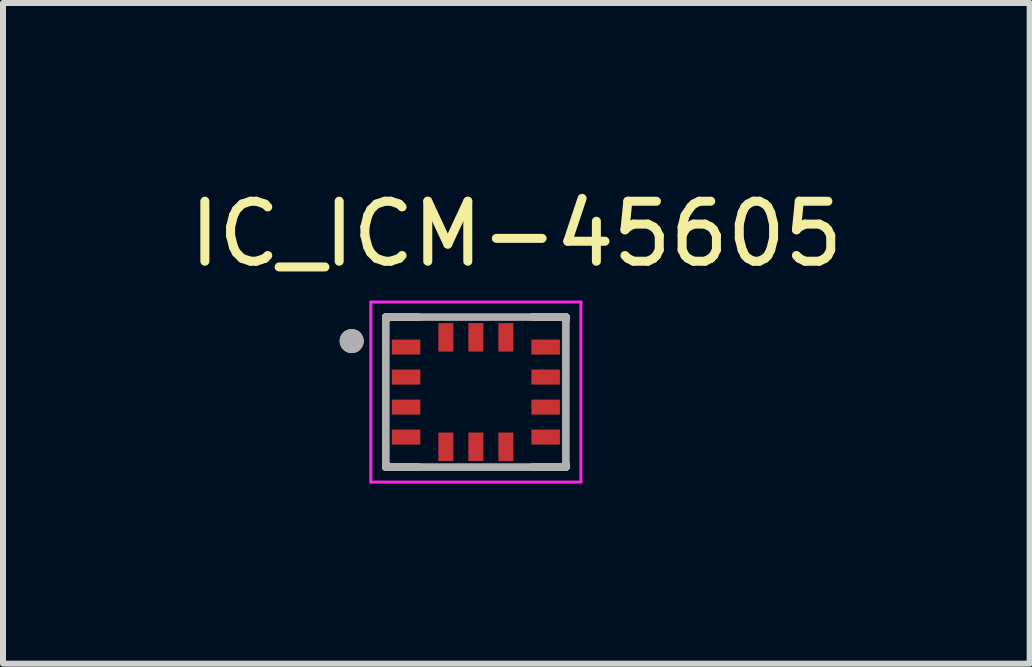
<source format=kicad_pcb>
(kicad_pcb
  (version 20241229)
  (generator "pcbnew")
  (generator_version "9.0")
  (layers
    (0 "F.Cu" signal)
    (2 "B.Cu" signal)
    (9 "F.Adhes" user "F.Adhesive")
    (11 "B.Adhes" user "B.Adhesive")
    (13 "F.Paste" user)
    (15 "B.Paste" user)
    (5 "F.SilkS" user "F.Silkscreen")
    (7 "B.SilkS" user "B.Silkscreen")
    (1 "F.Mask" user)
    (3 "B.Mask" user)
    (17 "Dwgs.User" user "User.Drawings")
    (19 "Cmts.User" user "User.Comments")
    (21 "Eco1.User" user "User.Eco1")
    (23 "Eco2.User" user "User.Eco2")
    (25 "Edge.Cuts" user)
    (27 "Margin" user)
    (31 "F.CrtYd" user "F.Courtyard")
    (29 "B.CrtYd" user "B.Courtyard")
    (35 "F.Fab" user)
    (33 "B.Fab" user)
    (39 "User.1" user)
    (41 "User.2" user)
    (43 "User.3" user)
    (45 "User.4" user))
  (footprint "IC_ICM-45605"
    (layer "F.Cu")
    (at 4.879 3.483)
    (property "Reference" "IC_ICM-45605" (at 0.675 -2.635 0) (layer "F.SilkS") (effects (font (size 1 1) (thickness 0.15))))
    (attr smd)
    (fp_poly (pts (xy -1.45 -0.925) (xy -0.875 -0.925) (xy -0.875 -0.575) (xy -1.45 -0.575)) (stroke (width 0.01) (type solid)) (fill yes) (layer "F.Mask"))
    (fp_poly (pts (xy -1.45 -0.425) (xy -0.875 -0.425) (xy -0.875 -0.075) (xy -1.45 -0.075)) (stroke (width 0.01) (type solid)) (fill yes) (layer "F.Mask"))
    (fp_poly (pts (xy -1.45 0.075) (xy -0.875 0.075) (xy -0.875 0.425) (xy -1.45 0.425)) (stroke (width 0.01) (type solid)) (fill yes) (layer "F.Mask"))
    (fp_poly (pts (xy -1.45 0.575) (xy -0.875 0.575) (xy -0.875 0.925) (xy -1.45 0.925)) (stroke (width 0.01) (type solid)) (fill yes) (layer "F.Mask"))
    (fp_poly (pts (xy -0.675 -1.2) (xy -0.325 -1.2) (xy -0.325 -0.625) (xy -0.675 -0.625)) (stroke (width 0.01) (type solid)) (fill yes) (layer "F.Mask"))
    (fp_poly (pts (xy -0.675 0.625) (xy -0.325 0.625) (xy -0.325 1.2) (xy -0.675 1.2)) (stroke (width 0.01) (type solid)) (fill yes) (layer "F.Mask"))
    (fp_poly (pts (xy -0.175 -1.2) (xy 0.175 -1.2) (xy 0.175 -0.625) (xy -0.175 -0.625)) (stroke (width 0.01) (type solid)) (fill yes) (layer "F.Mask"))
    (fp_poly (pts (xy -0.175 0.625) (xy 0.175 0.625) (xy 0.175 1.2) (xy -0.175 1.2)) (stroke (width 0.01) (type solid)) (fill yes) (layer "F.Mask"))
    (fp_poly (pts (xy 0.325 -1.2) (xy 0.675 -1.2) (xy 0.675 -0.625) (xy 0.325 -0.625)) (stroke (width 0.01) (type solid)) (fill yes) (layer "F.Mask"))
    (fp_poly (pts (xy 0.325 0.625) (xy 0.675 0.625) (xy 0.675 1.2) (xy 0.325 1.2)) (stroke (width 0.01) (type solid)) (fill yes) (layer "F.Mask"))
    (fp_poly (pts (xy 0.875 -0.925) (xy 1.45 -0.925) (xy 1.45 -0.575) (xy 0.875 -0.575)) (stroke (width 0.01) (type solid)) (fill yes) (layer "F.Mask"))
    (fp_poly (pts (xy 0.875 -0.425) (xy 1.45 -0.425) (xy 1.45 -0.075) (xy 0.875 -0.075)) (stroke (width 0.01) (type solid)) (fill yes) (layer "F.Mask"))
    (fp_poly (pts (xy 0.875 0.075) (xy 1.45 0.075) (xy 1.45 0.425) (xy 0.875 0.425)) (stroke (width 0.01) (type solid)) (fill yes) (layer "F.Mask"))
    (fp_poly (pts (xy 0.875 0.575) (xy 1.45 0.575) (xy 1.45 0.925) (xy 0.875 0.925)) (stroke (width 0.01) (type solid)) (fill yes) (layer "F.Mask"))
    (fp_line (start -1.5 -1.25) (end -1.5 -1.195) (stroke (width 0.127) (type solid)) (layer "F.SilkS"))
    (fp_line (start -1.5 -1.25) (end -0.945 -1.25) (stroke (width 0.127) (type solid)) (layer "F.SilkS"))
    (fp_line (start -1.5 1.25) (end -1.5 1.195) (stroke (width 0.127) (type solid)) (layer "F.SilkS"))
    (fp_line (start -0.945 1.25) (end -1.5 1.25) (stroke (width 0.127) (type solid)) (layer "F.SilkS"))
    (fp_line (start 0.945 -1.25) (end 1.5 -1.25) (stroke (width 0.127) (type solid)) (layer "F.SilkS"))
    (fp_line (start 1.5 -1.25) (end 1.5 -1.195) (stroke (width 0.127) (type solid)) (layer "F.SilkS"))
    (fp_line (start 1.5 1.25) (end 0.945 1.25) (stroke (width 0.127) (type solid)) (layer "F.SilkS"))
    (fp_line (start 1.5 1.25) (end 1.5 1.195) (stroke (width 0.127) (type solid)) (layer "F.SilkS"))
    (fp_circle (center -2.069 -0.85) (end -1.969 -0.85) (stroke (width 0.2) (type solid)) (fill no) (layer "F.SilkS"))
    (fp_line (start -1.75 -1.5) (end -1.75 1.5) (stroke (width 0.05) (type solid)) (layer "F.CrtYd"))
    (fp_line (start -1.75 1.5) (end 1.75 1.5) (stroke (width 0.05) (type solid)) (layer "F.CrtYd"))
    (fp_line (start 1.75 -1.5) (end -1.75 -1.5) (stroke (width 0.05) (type solid)) (layer "F.CrtYd"))
    (fp_line (start 1.75 1.5) (end 1.75 -1.5) (stroke (width 0.05) (type solid)) (layer "F.CrtYd"))
    (fp_line (start -1.5 -1.25) (end 1.5 -1.25) (stroke (width 0.127) (type solid)) (layer "F.Fab"))
    (fp_line (start -1.5 1.25) (end -1.5 -1.25) (stroke (width 0.127) (type solid)) (layer "F.Fab"))
    (fp_line (start 1.5 -1.25) (end 1.5 1.25) (stroke (width 0.127) (type solid)) (layer "F.Fab"))
    (fp_line (start 1.5 1.25) (end -1.5 1.25) (stroke (width 0.127) (type solid)) (layer "F.Fab"))
    (fp_circle (center -2.069 -0.85) (end -1.969 -0.85) (stroke (width 0.2) (type solid)) (fill no) (layer "F.Fab"))
    (pad "1" smd rect (at -1.163 -0.75) (size 0.475 0.25) (layers "F.Cu" "F.Paste"))
    (pad "2" smd rect (at -1.163 -0.25) (size 0.475 0.25) (layers "F.Cu" "F.Paste"))
    (pad "3" smd rect (at -1.163 0.25) (size 0.475 0.25) (layers "F.Cu" "F.Paste"))
    (pad "4" smd rect (at -1.163 0.75) (size 0.475 0.25) (layers "F.Cu" "F.Paste"))
    (pad "5" smd rect (at -0.5 0.912) (size 0.25 0.475) (layers "F.Cu" "F.Paste"))
    (pad "6" smd rect (at 0 0.912) (size 0.25 0.475) (layers "F.Cu" "F.Paste"))
    (pad "7" smd rect (at 0.5 0.912) (size 0.25 0.475) (layers "F.Cu" "F.Paste"))
    (pad "8" smd rect (at 1.163 0.75) (size 0.475 0.25) (layers "F.Cu" "F.Paste"))
    (pad "9" smd rect (at 1.163 0.25) (size 0.475 0.25) (layers "F.Cu" "F.Paste"))
    (pad "10" smd rect (at 1.163 -0.25) (size 0.475 0.25) (layers "F.Cu" "F.Paste"))
    (pad "11" smd rect (at 1.163 -0.75) (size 0.475 0.25) (layers "F.Cu" "F.Paste"))
    (pad "12" smd rect (at 0.5 -0.912) (size 0.25 0.475) (layers "F.Cu" "F.Paste"))
    (pad "13" smd rect (at 0 -0.912) (size 0.25 0.475) (layers "F.Cu" "F.Paste"))
    (pad "14" smd rect (at -0.5 -0.912) (size 0.25 0.475) (layers "F.Cu" "F.Paste"))
    (zone (net_name "") (layer "F.Cu") (hatch full 0.508) (connect_pads) (min_thickness 0.01) (filled_areas_thickness no) (keepout (tracks not_allowed) (vias not_allowed) (pads not_allowed) (copperpour not_allowed) (footprints allowed)) (placement (enabled no)) (fill) (polygon (pts (xy 3.979 2.833) (xy 5.779 2.833) (xy 5.779 4.133) (xy 3.979 4.133))))
    (zone (net_name "") (layers "F.Cu" "B.Cu") (hatch full 0.508) (connect_pads) (min_thickness 0.01) (filled_areas_thickness no) (keepout (tracks allowed) (vias not_allowed) (pads allowed) (copperpour allowed) (footprints allowed)) (placement (enabled no)) (fill) (polygon (pts (xy 3.979 2.833) (xy 5.779 2.833) (xy 5.779 4.133) (xy 3.979 4.133)))))
  (gr_rect
    (start -3 -3)
    (end 14.107 8.008)
    (stroke (width 0.1) (type default))
    (fill no)
    (layer "Edge.Cuts")))
</source>
